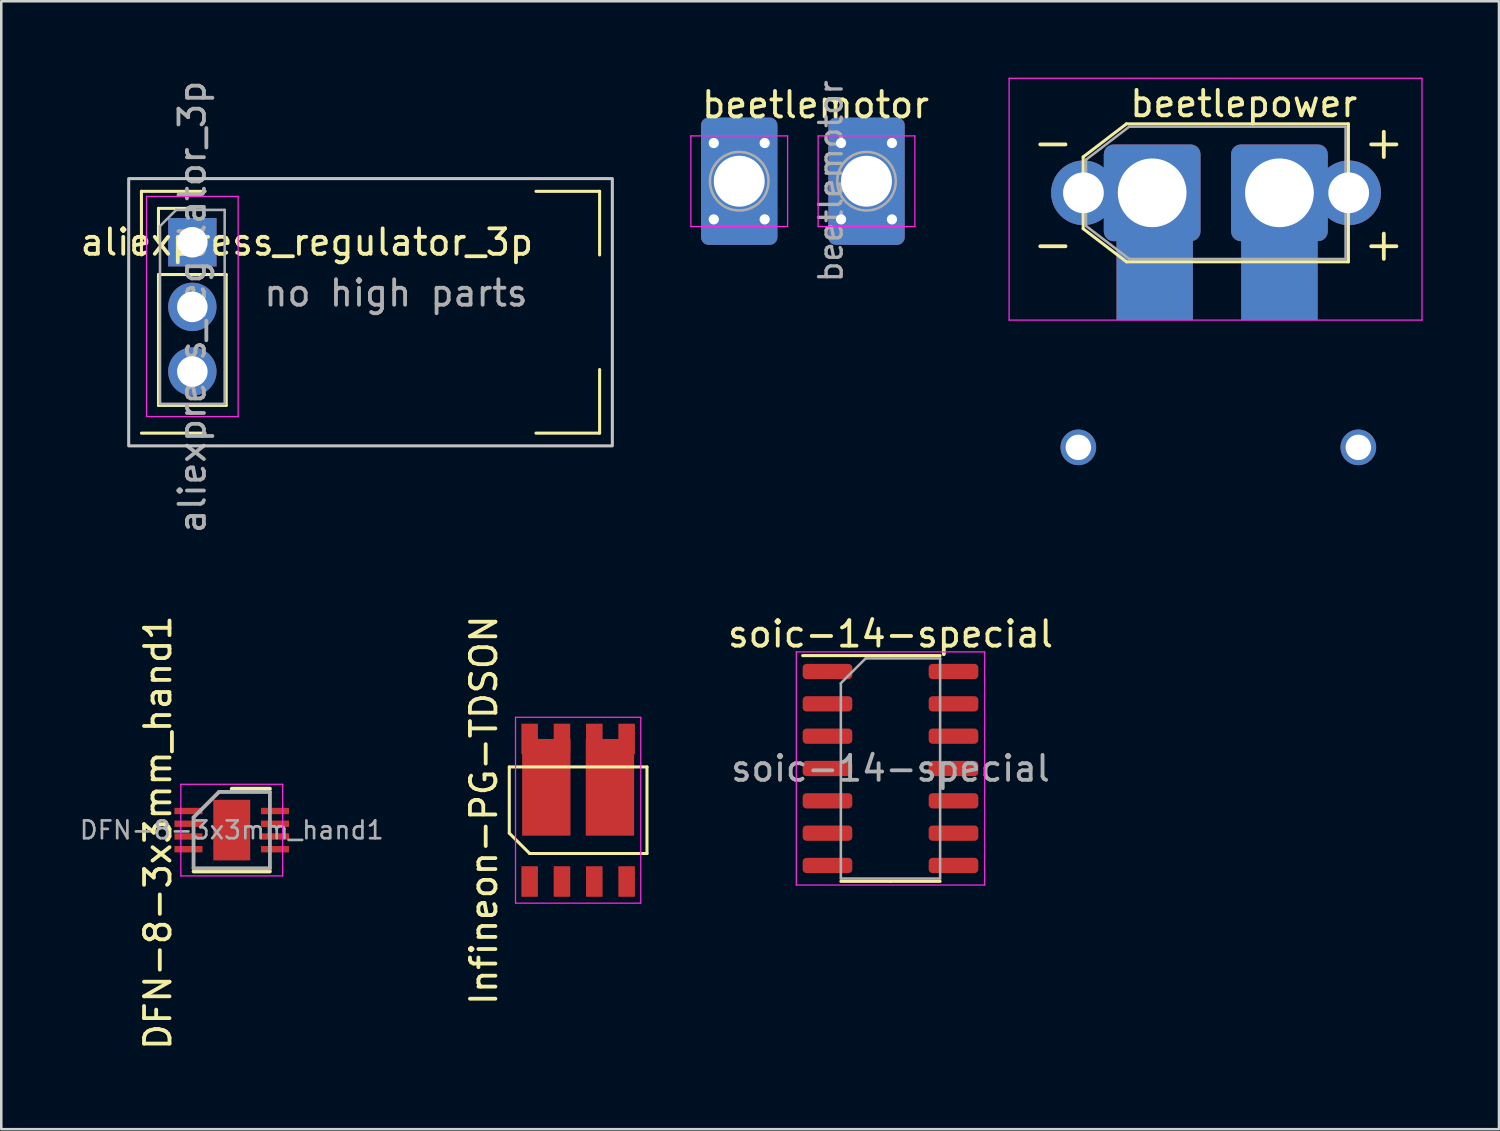
<source format=kicad_pcb>
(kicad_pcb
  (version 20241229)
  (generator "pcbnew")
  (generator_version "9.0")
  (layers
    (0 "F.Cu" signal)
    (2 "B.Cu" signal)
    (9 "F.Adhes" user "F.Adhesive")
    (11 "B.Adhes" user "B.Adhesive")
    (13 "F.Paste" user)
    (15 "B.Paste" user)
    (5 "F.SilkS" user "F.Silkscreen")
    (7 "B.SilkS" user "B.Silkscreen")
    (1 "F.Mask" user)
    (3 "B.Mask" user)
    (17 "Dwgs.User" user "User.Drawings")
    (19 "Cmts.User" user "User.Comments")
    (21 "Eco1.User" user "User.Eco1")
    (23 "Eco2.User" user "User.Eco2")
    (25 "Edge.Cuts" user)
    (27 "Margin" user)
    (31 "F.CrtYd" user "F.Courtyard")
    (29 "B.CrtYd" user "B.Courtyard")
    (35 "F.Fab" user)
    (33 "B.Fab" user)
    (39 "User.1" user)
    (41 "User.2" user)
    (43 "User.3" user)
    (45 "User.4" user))
  (footprint "soic-14-special"
    (layer "F.Cu")
    (at 31.933 27.14)
    (property "Reference" "soic-14-special" (at 0 -5.28 0) (layer "F.SilkS") (effects (font (size 1 1) (thickness 0.15))))
    (attr smd)
    (fp_line (start 0 -4.435) (end -3.45 -4.435) (stroke (width 0.12) (type solid)) (layer "F.SilkS"))
    (fp_line (start 0 -4.435) (end 1.95 -4.435) (stroke (width 0.12) (type solid)) (layer "F.SilkS"))
    (fp_line (start 0 4.435) (end -1.95 4.435) (stroke (width 0.12) (type solid)) (layer "F.SilkS"))
    (fp_line (start 0 4.435) (end 1.95 4.435) (stroke (width 0.12) (type solid)) (layer "F.SilkS"))
    (fp_line (start -3.7 -4.58) (end -3.7 4.58) (stroke (width 0.05) (type solid)) (layer "F.CrtYd"))
    (fp_line (start -3.7 4.58) (end 3.7 4.58) (stroke (width 0.05) (type solid)) (layer "F.CrtYd"))
    (fp_line (start 3.7 -4.58) (end -3.7 -4.58) (stroke (width 0.05) (type solid)) (layer "F.CrtYd"))
    (fp_line (start 3.7 4.58) (end 3.7 -4.58) (stroke (width 0.05) (type solid)) (layer "F.CrtYd"))
    (fp_line (start -1.95 -3.35) (end -0.975 -4.325) (stroke (width 0.1) (type solid)) (layer "F.Fab"))
    (fp_line (start -1.95 4.325) (end -1.95 -3.35) (stroke (width 0.1) (type solid)) (layer "F.Fab"))
    (fp_line (start -0.975 -4.325) (end 1.95 -4.325) (stroke (width 0.1) (type solid)) (layer "F.Fab"))
    (fp_line (start 1.95 -4.325) (end 1.95 4.325) (stroke (width 0.1) (type solid)) (layer "F.Fab"))
    (fp_line (start 1.95 4.325) (end -1.95 4.325) (stroke (width 0.1) (type solid)) (layer "F.Fab"))
    (fp_text user "${REFERENCE}" (at 0 0 0) (layer "F.Fab") (effects (font (size 0.98 0.98) (thickness 0.15))))
    (pad "1" smd roundrect (at -2.475 -3.81) (size 1.95 0.6) (layers "F.Cu" "F.Mask") (roundrect_rratio 0.25))
    (pad "2" smd roundrect (at -2.475 -2.54) (size 1.95 0.6) (layers "F.Cu" "F.Mask") (roundrect_rratio 0.25))
    (pad "3" smd roundrect (at -2.475 -1.27) (size 1.95 0.6) (layers "F.Cu" "F.Mask") (roundrect_rratio 0.25))
    (pad "4" smd roundrect (at -2.475 0) (size 1.95 0.6) (layers "F.Cu" "F.Mask") (roundrect_rratio 0.25))
    (pad "5" smd roundrect (at -2.475 1.27) (size 1.95 0.6) (layers "F.Cu" "F.Mask") (roundrect_rratio 0.25))
    (pad "6" smd roundrect (at -2.475 2.54) (size 1.95 0.6) (layers "F.Cu" "F.Mask") (roundrect_rratio 0.25))
    (pad "7" smd roundrect (at -2.475 3.81) (size 1.95 0.6) (layers "F.Cu" "F.Mask") (roundrect_rratio 0.25))
    (pad "8" smd roundrect (at 2.475 3.81) (size 1.95 0.6) (layers "F.Cu" "F.Mask") (roundrect_rratio 0.25))
    (pad "9" smd roundrect (at 2.475 2.54) (size 1.95 0.6) (layers "F.Cu" "F.Mask") (roundrect_rratio 0.25))
    (pad "10" smd roundrect (at 2.475 1.27) (size 1.95 0.6) (layers "F.Cu" "F.Mask") (roundrect_rratio 0.25))
    (pad "11" smd roundrect (at 2.475 0) (size 1.95 0.6) (layers "F.Cu" "F.Mask") (roundrect_rratio 0.25))
    (pad "12" smd roundrect (at 2.475 -1.27) (size 1.95 0.6) (layers "F.Cu" "F.Mask") (roundrect_rratio 0.25))
    (pad "13" smd roundrect (at 2.475 -2.54) (size 1.95 0.6) (layers "F.Cu" "F.Mask") (roundrect_rratio 0.25))
    (pad "14" smd roundrect (at 2.475 -3.81) (size 1.95 0.6) (layers "F.Cu" "F.Mask") (roundrect_rratio 0.25)))
  (footprint "beetlemotor"
    (layer "F.Cu")
    (at 25.991 4.069)
    (property "Reference" "beetlemotor" (at 3 -3 0) (layer "F.SilkS") (effects (font (size 1 1) (thickness 0.15))))
    (attr exclude_from_pos_files exclude_from_bom)
    (fp_line (start -1.9 -1.78) (end -1.9 1.78) (stroke (width 0.05) (type solid)) (layer "F.CrtYd"))
    (fp_line (start -1.9 1.78) (end 1.9 1.78) (stroke (width 0.05) (type solid)) (layer "F.CrtYd"))
    (fp_line (start 1.9 -1.78) (end -1.9 -1.78) (stroke (width 0.05) (type solid)) (layer "F.CrtYd"))
    (fp_line (start 1.9 1.78) (end 1.9 -1.78) (stroke (width 0.05) (type solid)) (layer "F.CrtYd"))
    (fp_line (start 3.1 -1.78) (end 3.1 1.78) (stroke (width 0.05) (type solid)) (layer "F.CrtYd"))
    (fp_line (start 3.1 1.78) (end 6.9 1.78) (stroke (width 0.05) (type solid)) (layer "F.CrtYd"))
    (fp_line (start 6.9 -1.78) (end 3.1 -1.78) (stroke (width 0.05) (type solid)) (layer "F.CrtYd"))
    (fp_line (start 6.9 1.78) (end 6.9 -1.78) (stroke (width 0.05) (type solid)) (layer "F.CrtYd"))
    (fp_circle (center 0 0) (end 1.15 0) (stroke (width 0.1) (type solid)) (fill no) (layer "F.Fab"))
    (fp_circle (center 5 0) (end 6.15 0) (stroke (width 0.1) (type solid)) (fill no) (layer "F.Fab"))
    (fp_text user "${REFERENCE}" (at 3.6 0 90) (layer "F.Fab") (effects (font (size 0.89 0.89) (thickness 0.13))))
    (pad "1" thru_hole circle (at -1 -1.5) (size 0.8 0.8) (drill 0.4) (layers "*.Cu" "*.Mask"))
    (pad "1" thru_hole circle (at -1 1.5) (size 0.8 0.8) (drill 0.4) (layers "*.Cu" "*.Mask"))
    (pad "1" thru_hole roundrect (at 0 0) (size 3 5) (drill 2) (layers "*.Cu" "*.Mask") (roundrect_rratio 0.098))
    (pad "1" thru_hole circle (at 1 -1.5) (size 0.8 0.8) (drill 0.4) (layers "*.Cu" "*.Mask"))
    (pad "1" thru_hole circle (at 1 1.5) (size 0.8 0.8) (drill 0.4) (layers "*.Cu" "*.Mask"))
    (pad "2" thru_hole circle (at 4 -1.5) (size 0.8 0.8) (drill 0.4) (layers "*.Cu" "*.Mask"))
    (pad "2" thru_hole circle (at 4 1.5) (size 0.8 0.8) (drill 0.4) (layers "*.Cu" "*.Mask"))
    (pad "2" thru_hole roundrect (at 5 0) (size 3 5) (drill 2) (layers "*.Cu" "*.Mask") (roundrect_rratio 0.098))
    (pad "2" thru_hole circle (at 6 -1.5) (size 0.8 0.8) (drill 0.4) (layers "*.Cu" "*.Mask"))
    (pad "2" thru_hole circle (at 6 1.5) (size 0.8 0.8) (drill 0.4) (layers "*.Cu" "*.Mask")))
  (footprint "aliexpress_regulator_3p"
    (layer "F.Cu")
    (at 4.506 6.466)
    (property "Reference" "aliexpress_regulator_3p" (at 4.5 0 0) (layer "F.SilkS") (effects (font (size 1 1) (thickness 0.15))))
    (attr through_hole)
    (fp_line (start -2 -2) (end 0.5 -2) (stroke (width 0.12) (type solid)) (layer "F.SilkS"))
    (fp_line (start -2 0.5) (end -2 -2) (stroke (width 0.12) (type solid)) (layer "F.SilkS"))
    (fp_line (start -2 7.5) (end 0.5 7.5) (stroke (width 0.12) (type solid)) (layer "F.SilkS"))
    (fp_line (start -1.33 -1.33) (end 0 -1.33) (stroke (width 0.12) (type solid)) (layer "F.SilkS"))
    (fp_line (start -1.33 0) (end -1.33 -1.33) (stroke (width 0.12) (type solid)) (layer "F.SilkS"))
    (fp_line (start -1.33 1.27) (end -1.33 6.41) (stroke (width 0.12) (type solid)) (layer "F.SilkS"))
    (fp_line (start -1.33 1.27) (end 1.33 1.27) (stroke (width 0.12) (type solid)) (layer "F.SilkS"))
    (fp_line (start -1.33 6.41) (end 1.33 6.41) (stroke (width 0.12) (type solid)) (layer "F.SilkS"))
    (fp_line (start 1.33 1.27) (end 1.33 6.41) (stroke (width 0.12) (type solid)) (layer "F.SilkS"))
    (fp_line (start 13.5 -2) (end 16 -2) (stroke (width 0.12) (type solid)) (layer "F.SilkS"))
    (fp_line (start 13.5 7.5) (end 16 7.5) (stroke (width 0.12) (type solid)) (layer "F.SilkS"))
    (fp_line (start 16 -2) (end 16 0.5) (stroke (width 0.12) (type solid)) (layer "F.SilkS"))
    (fp_line (start 16 5) (end 16 7.5) (stroke (width 0.12) (type solid)) (layer "F.SilkS"))
    (fp_rect (start -2.5 -2.5) (end 16.5 8) (stroke (width 0.12) (type solid)) (fill no) (layer "Dwgs.User"))
    (fp_line (start -1.8 -1.8) (end -1.8 6.85) (stroke (width 0.05) (type solid)) (layer "F.CrtYd"))
    (fp_line (start -1.8 6.85) (end 1.8 6.85) (stroke (width 0.05) (type solid)) (layer "F.CrtYd"))
    (fp_line (start 1.8 -1.8) (end -1.8 -1.8) (stroke (width 0.05) (type solid)) (layer "F.CrtYd"))
    (fp_line (start 1.8 6.85) (end 1.8 -1.8) (stroke (width 0.05) (type solid)) (layer "F.CrtYd"))
    (fp_line (start -1.27 -0.635) (end -0.635 -1.27) (stroke (width 0.1) (type solid)) (layer "F.Fab"))
    (fp_line (start -1.27 6.35) (end -1.27 -0.635) (stroke (width 0.1) (type solid)) (layer "F.Fab"))
    (fp_line (start -0.635 -1.27) (end 1.27 -1.27) (stroke (width 0.1) (type solid)) (layer "F.Fab"))
    (fp_line (start 1.27 -1.27) (end 1.27 6.35) (stroke (width 0.1) (type solid)) (layer "F.Fab"))
    (fp_line (start 1.27 6.35) (end -1.27 6.35) (stroke (width 0.1) (type solid)) (layer "F.Fab"))
    (fp_text user "no high parts" (at 8 2 0) (unlocked yes) (layer "F.Fab") (effects (font (size 1 1) (thickness 0.15))))
    (fp_text user "${REFERENCE}" (at 0 2.54 90) (layer "F.Fab") (effects (font (size 1 1) (thickness 0.15))))
    (pad "1" thru_hole rect (at 0 0) (size 1.9 1.9) (drill 1.2) (layers "*.Cu" "*.Mask"))
    (pad "2" thru_hole oval (at 0 2.54) (size 1.9 1.9) (drill 1.2) (layers "*.Cu" "*.Mask"))
    (pad "3" thru_hole oval (at 0 5.08) (size 1.9 1.9) (drill 1.2) (layers "*.Cu" "*.Mask")))
  (footprint "beetlepower"
    (layer "F.Cu")
    (at 42.313 4.525)
    (property "Reference" "beetlepower" (at 3.5 -3.5 0) (unlocked yes) (layer "F.SilkS") (effects (font (size 1 1) (thickness 0.15))))
    (fp_line (start -2.81 -1.41) (end -2.81 1.41) (stroke (width 0.12) (type solid)) (layer "F.SilkS"))
    (fp_line (start -2.81 -1.41) (end -1.11 -2.71) (stroke (width 0.12) (type solid)) (layer "F.SilkS"))
    (fp_line (start -2.81 1.41) (end -1.11 2.71) (stroke (width 0.12) (type solid)) (layer "F.SilkS"))
    (fp_line (start -1.11 -2.71) (end 7.61 -2.71) (stroke (width 0.12) (type solid)) (layer "F.SilkS"))
    (fp_line (start -1.11 2.71) (end 7.61 2.71) (stroke (width 0.12) (type solid)) (layer "F.SilkS"))
    (fp_line (start 7.61 -2.71) (end 7.61 2.71) (stroke (width 0.12) (type solid)) (layer "F.SilkS"))
    (fp_line (start -5.72 -4.5) (end 10.5 -4.5) (stroke (width 0.05) (type solid)) (layer "F.CrtYd"))
    (fp_line (start -5.72 5) (end -5.72 -4.5) (stroke (width 0.05) (type solid)) (layer "F.CrtYd"))
    (fp_line (start 10.5 -4.5) (end 10.5 5) (stroke (width 0.05) (type solid)) (layer "F.CrtYd"))
    (fp_line (start 10.5 5) (end -5.72 5) (stroke (width 0.05) (type solid)) (layer "F.CrtYd"))
    (fp_line (start -2.7 -1.3) (end -2.7 1.3) (stroke (width 0.1) (type solid)) (layer "F.Fab"))
    (fp_line (start -2.7 -1.3) (end -1 -2.6) (stroke (width 0.1) (type solid)) (layer "F.Fab"))
    (fp_line (start -2.7 1.3) (end -1 2.6) (stroke (width 0.1) (type solid)) (layer "F.Fab"))
    (fp_line (start -1 -2.6) (end 7.5 -2.6) (stroke (width 0.1) (type solid)) (layer "F.Fab"))
    (fp_line (start -1 2.6) (end 7.5 2.6) (stroke (width 0.1) (type solid)) (layer "F.Fab"))
    (fp_line (start 7.5 -2.6) (end 7.5 2.6) (stroke (width 0.1) (type solid)) (layer "F.Fab"))
    (fp_text user "+" (at 9 2 0) (unlocked yes) (layer "F.SilkS") (effects (font (size 1.3 1.3) (thickness 0.15))))
    (fp_text user "+" (at 9 -2 0) (unlocked yes) (layer "F.SilkS") (effects (font (size 1.3 1.3) (thickness 0.15))))
    (fp_text user "-" (at -4 2 0) (unlocked yes) (layer "F.SilkS") (effects (font (size 1.3 1.3) (thickness 0.15))))
    (fp_text user "-" (at -4 -2 0) (unlocked yes) (layer "F.SilkS") (effects (font (size 1.3 1.3) (thickness 0.15))))
    (pad "" thru_hole circle (at -3 10) (size 1.4 1.4) (drill 1) (layers "*.Cu" "*.Mask"))
    (pad "" thru_hole circle (at 8 10) (size 1.4 1.4) (drill 1) (layers "*.Cu" "*.Mask"))
    (pad "1" thru_hole circle (at -2.8 0) (size 2.54 2.54) (drill 1.6) (layers "*.Cu" "*.Mask"))
    (pad "1" thru_hole roundrect (at -0.1 0) (size 3.8 3.8) (drill 2.7) (layers "*.Cu" "*.Mask") (roundrect_rratio 0.1))
    (pad "1" smd rect (at 0 2.5) (size 3 5) (layers "F.Cu" "F.Mask"))
    (pad "1" smd rect (at 0 2.5) (size 3 5) (layers "B.Cu" "B.Mask"))
    (pad "2" thru_hole roundrect (at 4.9 0) (size 3.8 3.8) (drill 2.7) (layers "*.Cu" "*.Mask") (roundrect_rratio 0.1))
    (pad "2" smd rect (at 4.9 2.5) (size 3 5) (layers "F.Cu" "F.Mask"))
    (pad "2" smd rect (at 4.9 2.5) (size 3 5) (layers "B.Cu" "B.Mask"))
    (pad "2" thru_hole circle (at 7.62 0) (size 2.54 2.54) (drill 1.6) (layers "*.Cu" "*.Mask")))
  (footprint "Infineon-PG-TDSON"
    (layer "F.Cu")
    (at 19.662 28.78)
    (property "Reference" "Infineon-PG-TDSON" (at -3.705 0 90) (layer "F.SilkS") (effects (font (size 1 1) (thickness 0.15))))
    (attr smd)
    (fp_line (start -2.705 -1.7) (end 2.705 -1.7) (stroke (width 0.12) (type solid)) (layer "F.SilkS"))
    (fp_line (start -2.705 0.9) (end -2.705 -1.7) (stroke (width 0.12) (type solid)) (layer "F.SilkS"))
    (fp_line (start -1.905 1.7) (end -2.705 0.9) (stroke (width 0.12) (type solid)) (layer "F.SilkS"))
    (fp_line (start 2.705 -1.7) (end 2.705 1.7) (stroke (width 0.12) (type solid)) (layer "F.SilkS"))
    (fp_line (start 2.705 1.7) (end -1.905 1.7) (stroke (width 0.12) (type solid)) (layer "F.SilkS"))
    (fp_line (start -2.46 -3.65) (end 2.46 -3.65) (stroke (width 0.05) (type solid)) (layer "F.CrtYd"))
    (fp_line (start -2.46 3.65) (end -2.46 -3.65) (stroke (width 0.05) (type solid)) (layer "F.CrtYd"))
    (fp_line (start 2.46 -3.65) (end 2.46 3.65) (stroke (width 0.05) (type solid)) (layer "F.CrtYd"))
    (fp_line (start 2.46 3.65) (end -2.46 3.65) (stroke (width 0.05) (type solid)) (layer "F.CrtYd"))
    (pad "1" smd rect (at -1.905 2.8) (size 0.65 1.2) (layers "F.Cu" "F.Mask" "F.Paste"))
    (pad "2" smd rect (at -0.635 2.8) (size 0.65 1.2) (layers "F.Cu" "F.Mask" "F.Paste"))
    (pad "3" smd rect (at 0.635 2.8) (size 0.65 1.2) (layers "F.Cu" "F.Mask" "F.Paste"))
    (pad "4" smd rect (at 1.905 2.8) (size 0.65 1.2) (layers "F.Cu" "F.Mask" "F.Paste"))
    (pad "5" smd rect (at 1.25 -0.9) (size 1.9 3.8) (layers "F.Cu" "F.Mask" "F.Paste"))
    (pad "5" smd rect (at 1.905 -2.8) (size 0.65 1.2) (layers "F.Cu" "F.Mask" "F.Paste"))
    (pad "6" smd rect (at 0.635 -2.8) (size 0.65 1.2) (layers "F.Cu" "F.Mask" "F.Paste"))
    (pad "7" smd rect (at -1.25 -0.9) (size 1.9 3.8) (layers "F.Cu" "F.Mask" "F.Paste"))
    (pad "7" smd rect (at -0.635 -2.8) (size 0.65 1.2) (layers "F.Cu" "F.Mask" "F.Paste"))
    (pad "8" smd rect (at -1.905 -2.8) (size 0.65 1.2) (layers "F.Cu" "F.Mask" "F.Paste")))
  (footprint "DFN-8-3x3mm_hand1"
    (layer "F.Cu")
    (at 6.054 29.561)
    (property "Reference" "DFN-8-3x3mm_hand1" (at -2.9 0.1 90) (layer "F.SilkS") (effects (font (size 1 1) (thickness 0.15))))
    (attr smd)
    (fp_line (start -1.5 1.625) (end 1.5 1.625) (stroke (width 0.15) (type solid)) (layer "F.SilkS"))
    (fp_line (start 0 -1.625) (end 1.5 -1.625) (stroke (width 0.15) (type solid)) (layer "F.SilkS"))
    (fp_line (start -2 -1.8) (end -2 1.8) (stroke (width 0.05) (type solid)) (layer "F.CrtYd"))
    (fp_line (start -2 -1.8) (end 2 -1.8) (stroke (width 0.05) (type solid)) (layer "F.CrtYd"))
    (fp_line (start -2 1.8) (end 2 1.8) (stroke (width 0.05) (type solid)) (layer "F.CrtYd"))
    (fp_line (start 2 -1.8) (end 2 1.8) (stroke (width 0.05) (type solid)) (layer "F.CrtYd"))
    (fp_line (start -1.5 -0.5) (end -0.5 -1.5) (stroke (width 0.15) (type solid)) (layer "F.Fab"))
    (fp_line (start -1.5 1.5) (end -1.5 -0.5) (stroke (width 0.15) (type solid)) (layer "F.Fab"))
    (fp_line (start -0.5 -1.5) (end 1.5 -1.5) (stroke (width 0.15) (type solid)) (layer "F.Fab"))
    (fp_line (start 1.5 -1.5) (end 1.5 1.5) (stroke (width 0.15) (type solid)) (layer "F.Fab"))
    (fp_line (start 1.5 1.5) (end -1.5 1.5) (stroke (width 0.15) (type solid)) (layer "F.Fab"))
    (fp_text user "${REFERENCE}" (at 0 0 0) (layer "F.Fab") (effects (font (size 0.7 0.7) (thickness 0.105))))
    (pad "" smd rect (at -0.415 -0.595) (size 0.4 1) (layers "F.Paste"))
    (pad "" smd rect (at -0.415 0.595) (size 0.4 1) (layers "F.Paste"))
    (pad "" smd rect (at 0.415 -0.595) (size 0.4 1) (layers "F.Paste"))
    (pad "" smd rect (at 0.415 0.595) (size 0.4 1) (layers "F.Paste"))
    (pad "1" smd rect (at -1.7 -0.75) (size 1.1 0.25) (layers "F.Cu" "F.Mask" "F.Paste"))
    (pad "2" smd rect (at -1.7 -0.25) (size 1.1 0.25) (layers "F.Cu" "F.Mask" "F.Paste"))
    (pad "3" smd rect (at -1.7 0.25) (size 1.1 0.25) (layers "F.Cu" "F.Mask" "F.Paste"))
    (pad "4" smd rect (at -1.7 0.75) (size 1.1 0.25) (layers "F.Cu" "F.Mask" "F.Paste"))
    (pad "5" smd rect (at 1.7 0.75) (size 1.1 0.25) (layers "F.Cu" "F.Mask" "F.Paste"))
    (pad "6" smd rect (at 1.7 0.25) (size 1.1 0.25) (layers "F.Cu" "F.Mask" "F.Paste"))
    (pad "7" smd rect (at 1.7 -0.25) (size 1.1 0.25) (layers "F.Cu" "F.Mask" "F.Paste"))
    (pad "8" smd rect (at 1.7 -0.75) (size 1.1 0.25) (layers "F.Cu" "F.Mask" "F.Paste"))
    (pad "9" smd rect (at 0 0) (size 1.45 2.38) (layers "F.Cu" "F.Mask")))
  (gr_rect
    (start -3 -3)
    (end 55.838 41.31)
    (stroke (width 0.1) (type default))
    (fill no)
    (layer "Edge.Cuts")))
</source>
